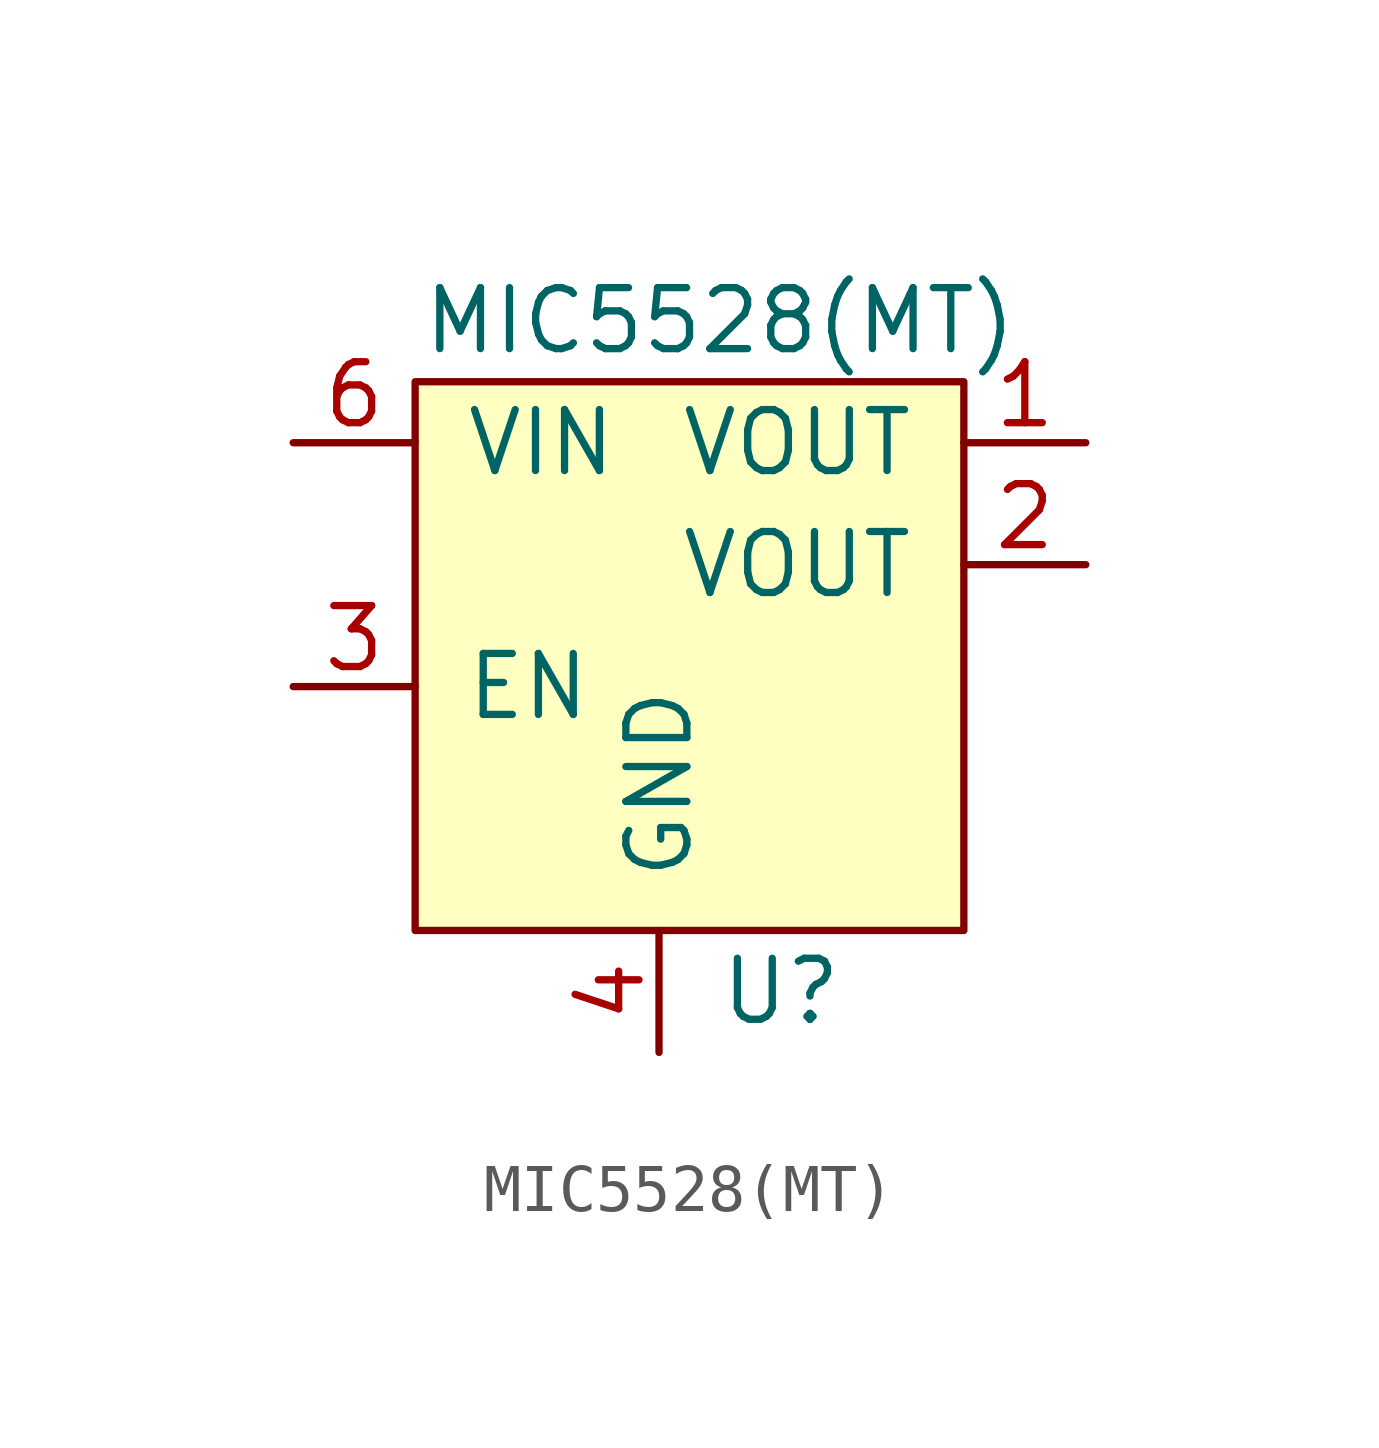
<source format=kicad_sym>
(kicad_symbol_lib
  (version 20211014)
  (generator kicad_symbol_editor)
  (symbol "MIC5528(MT)"
    (pin_names
      (offset 1.016))
    (property "Reference" "U"
      (at 2.54 -6.35 0)
      (effects (font (size 1.27 1.27))))
    (property "Value" "MIC5528(MT)"
      (at 1.27 7.62 0)
      (effects (font (size 1.27 1.27))))
    (symbol "MIC5528(MT)_0_1"
      (rectangle (start -5.08 6.35) (end 6.35 -5.08) (stroke (width 0) (type default) (color 0 0 0 0)) (fill (type background))))
    (symbol "MIC5528(MT)_1_1"
      (pin power_out line (at 8.89 5.08 180) (length 2.54) (name "VOUT" (effects (font (size 1.27 1.27)))) (number "1" (effects (font (size 1.27 1.27)))))
      (pin power_out line (at 8.89 2.54 180) (length 2.54) (name "VOUT" (effects (font (size 1.27 1.27)))) (number "2" (effects (font (size 1.27 1.27)))))
      (pin input line (at -7.62 0 0) (length 2.54) (name "EN" (effects (font (size 1.27 1.27)))) (number "3" (effects (font (size 1.27 1.27)))))
      (pin power_in line (at 0 -7.62 90) (length 2.54) (name "GND" (effects (font (size 1.27 1.27)))) (number "4" (effects (font (size 1.27 1.27)))))
      (pin no_connect line (at 8.89 -2.54 180) (length 2.54) hide (name "NV" (effects (font (size 1.27 1.27)))) (number "5" (effects (font (size 1.27 1.27)))))
      (pin power_in line (at -7.62 5.08 0) (length 2.54) (name "VIN" (effects (font (size 1.27 1.27)))) (number "6" (effects (font (size 1.27 1.27))))))))
</source>
